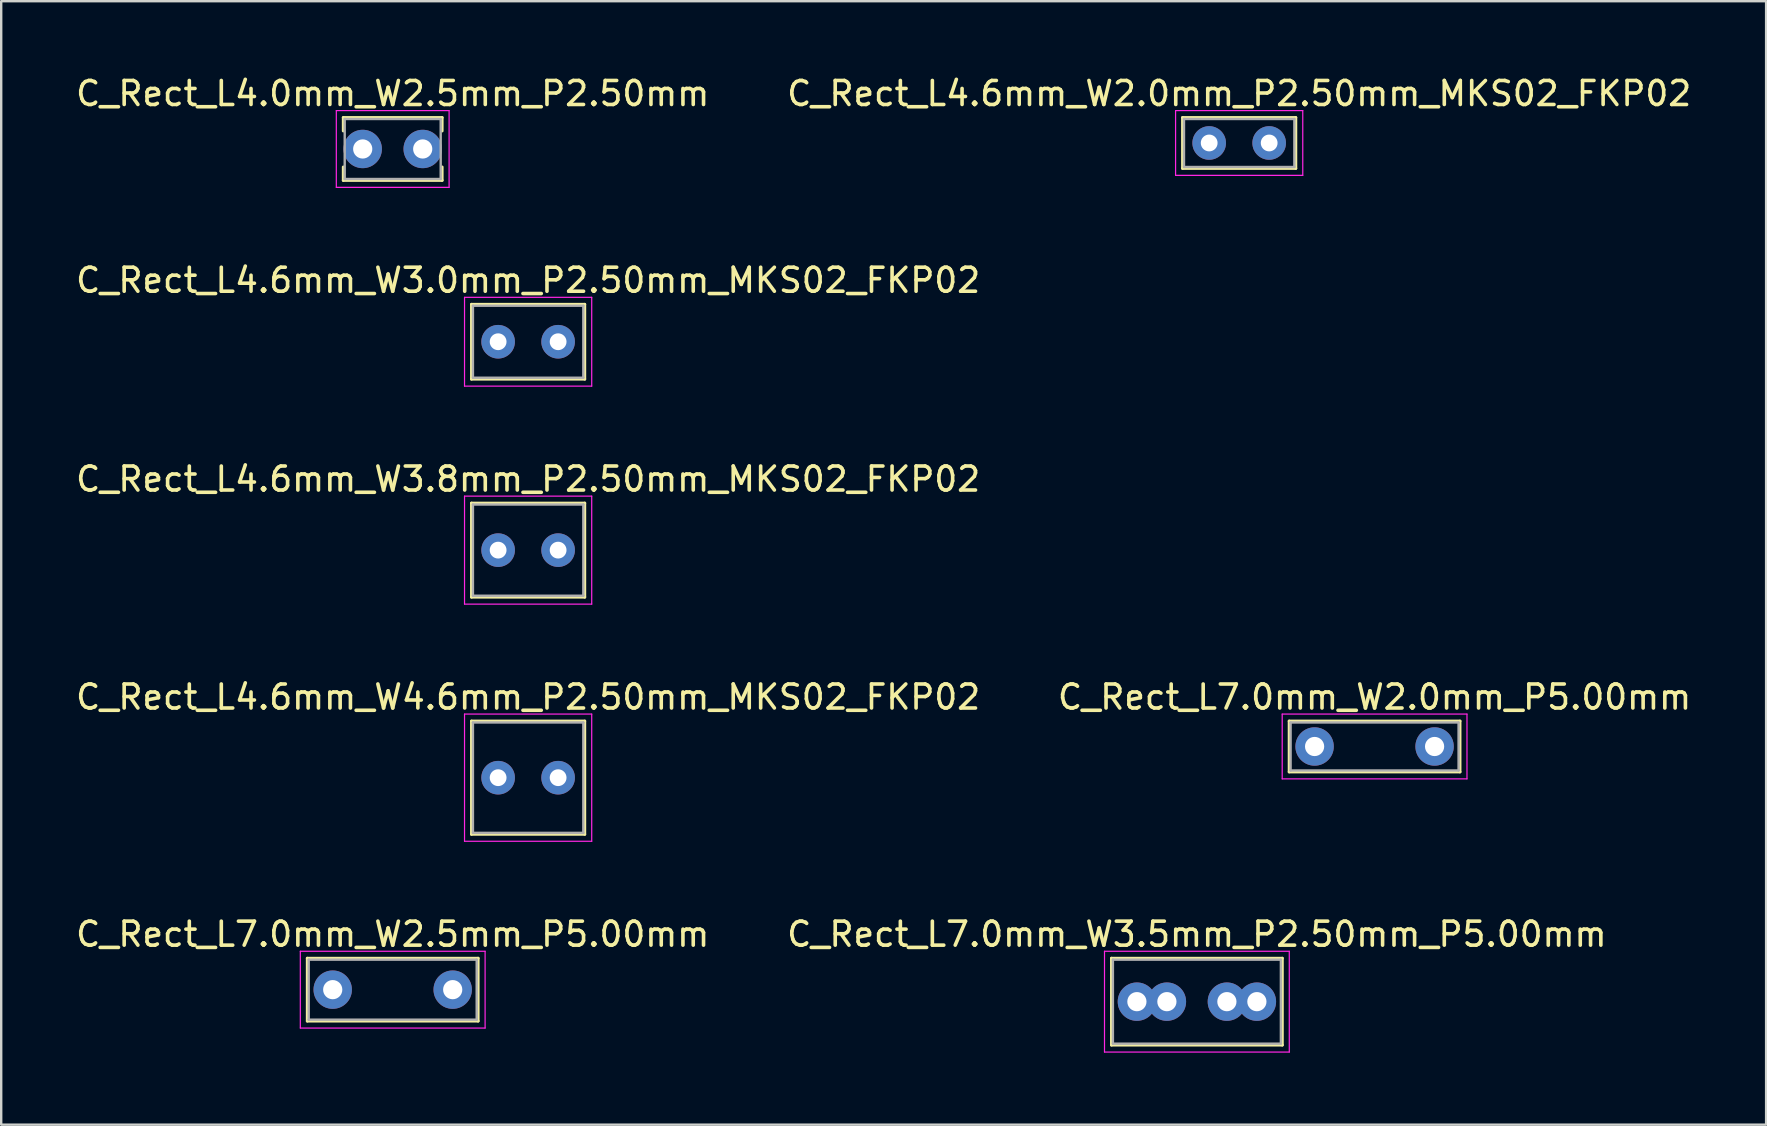
<source format=kicad_pcb>
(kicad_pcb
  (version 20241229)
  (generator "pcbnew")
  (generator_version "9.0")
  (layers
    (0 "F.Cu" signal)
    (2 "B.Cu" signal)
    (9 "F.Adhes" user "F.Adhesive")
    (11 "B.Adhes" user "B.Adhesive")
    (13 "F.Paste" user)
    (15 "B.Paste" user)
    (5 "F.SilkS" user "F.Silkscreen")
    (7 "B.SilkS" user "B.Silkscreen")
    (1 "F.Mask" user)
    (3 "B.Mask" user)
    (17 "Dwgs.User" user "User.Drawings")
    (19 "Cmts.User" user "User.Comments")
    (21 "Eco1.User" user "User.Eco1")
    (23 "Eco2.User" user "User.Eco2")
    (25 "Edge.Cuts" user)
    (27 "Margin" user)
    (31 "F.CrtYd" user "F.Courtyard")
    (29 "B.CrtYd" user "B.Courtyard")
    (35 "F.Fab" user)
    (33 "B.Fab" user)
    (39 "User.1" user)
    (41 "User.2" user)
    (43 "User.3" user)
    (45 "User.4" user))
  (footprint "C_Rect_L4.6mm_W3.0mm_P2.50mm_MKS02_FKP02"
    (layer "F.Cu")
    (at 17.708 11.191)
    (property "Reference" "C_Rect_L4.6mm_W3.0mm_P2.50mm_MKS02_FKP02" (at 1.25 -2.56 0) (layer "F.SilkS") (effects (font (size 1 1) (thickness 0.15))))
    (attr through_hole)
    (fp_line (start -1.11 -1.56) (end -1.11 1.56) (stroke (width 0.12) (type solid)) (layer "F.SilkS"))
    (fp_line (start -1.11 -1.56) (end 3.61 -1.56) (stroke (width 0.12) (type solid)) (layer "F.SilkS"))
    (fp_line (start -1.11 1.56) (end 3.61 1.56) (stroke (width 0.12) (type solid)) (layer "F.SilkS"))
    (fp_line (start 3.61 -1.56) (end 3.61 1.56) (stroke (width 0.12) (type solid)) (layer "F.SilkS"))
    (fp_line (start -1.4 -1.85) (end -1.4 1.85) (stroke (width 0.05) (type solid)) (layer "F.CrtYd"))
    (fp_line (start -1.4 1.85) (end 3.9 1.85) (stroke (width 0.05) (type solid)) (layer "F.CrtYd"))
    (fp_line (start 3.9 -1.85) (end -1.4 -1.85) (stroke (width 0.05) (type solid)) (layer "F.CrtYd"))
    (fp_line (start 3.9 1.85) (end 3.9 -1.85) (stroke (width 0.05) (type solid)) (layer "F.CrtYd"))
    (fp_line (start -1.05 -1.5) (end -1.05 1.5) (stroke (width 0.1) (type solid)) (layer "F.Fab"))
    (fp_line (start -1.05 1.5) (end 3.55 1.5) (stroke (width 0.1) (type solid)) (layer "F.Fab"))
    (fp_line (start 3.55 -1.5) (end -1.05 -1.5) (stroke (width 0.1) (type solid)) (layer "F.Fab"))
    (fp_line (start 3.55 1.5) (end 3.55 -1.5) (stroke (width 0.1) (type solid)) (layer "F.Fab"))
    (pad "1" thru_hole circle (at 0 0) (size 1.4 1.4) (drill 0.7) (layers "*.Cu" "*.Mask"))
    (pad "2" thru_hole circle (at 2.5 0) (size 1.4 1.4) (drill 0.7) (layers "*.Cu" "*.Mask")))
  (footprint "C_Rect_L7.0mm_W2.5mm_P5.00mm"
    (layer "F.Cu")
    (at 10.815 38.191)
    (property "Reference" "C_Rect_L7.0mm_W2.5mm_P5.00mm" (at 2.5 -2.31 0) (layer "F.SilkS") (effects (font (size 1 1) (thickness 0.15))))
    (attr through_hole)
    (fp_line (start -1.06 -1.31) (end -1.06 1.31) (stroke (width 0.12) (type solid)) (layer "F.SilkS"))
    (fp_line (start -1.06 -1.31) (end 6.06 -1.31) (stroke (width 0.12) (type solid)) (layer "F.SilkS"))
    (fp_line (start -1.06 1.31) (end 6.06 1.31) (stroke (width 0.12) (type solid)) (layer "F.SilkS"))
    (fp_line (start 6.06 -1.31) (end 6.06 1.31) (stroke (width 0.12) (type solid)) (layer "F.SilkS"))
    (fp_line (start -1.35 -1.6) (end -1.35 1.6) (stroke (width 0.05) (type solid)) (layer "F.CrtYd"))
    (fp_line (start -1.35 1.6) (end 6.35 1.6) (stroke (width 0.05) (type solid)) (layer "F.CrtYd"))
    (fp_line (start 6.35 -1.6) (end -1.35 -1.6) (stroke (width 0.05) (type solid)) (layer "F.CrtYd"))
    (fp_line (start 6.35 1.6) (end 6.35 -1.6) (stroke (width 0.05) (type solid)) (layer "F.CrtYd"))
    (fp_line (start -1 -1.25) (end -1 1.25) (stroke (width 0.1) (type solid)) (layer "F.Fab"))
    (fp_line (start -1 1.25) (end 6 1.25) (stroke (width 0.1) (type solid)) (layer "F.Fab"))
    (fp_line (start 6 -1.25) (end -1 -1.25) (stroke (width 0.1) (type solid)) (layer "F.Fab"))
    (fp_line (start 6 1.25) (end 6 -1.25) (stroke (width 0.1) (type solid)) (layer "F.Fab"))
    (pad "1" thru_hole circle (at 0 0) (size 1.6 1.6) (drill 0.8) (layers "*.Cu" "*.Mask"))
    (pad "2" thru_hole circle (at 5 0) (size 1.6 1.6) (drill 0.8) (layers "*.Cu" "*.Mask")))
  (footprint "C_Rect_L7.0mm_W2.0mm_P5.00mm"
    (layer "F.Cu")
    (at 51.732 28.058)
    (property "Reference" "C_Rect_L7.0mm_W2.0mm_P5.00mm" (at 2.5 -2.06 0) (layer "F.SilkS") (effects (font (size 1 1) (thickness 0.15))))
    (attr through_hole)
    (fp_line (start -1.06 -1.06) (end -1.06 1.06) (stroke (width 0.12) (type solid)) (layer "F.SilkS"))
    (fp_line (start -1.06 -1.06) (end 6.06 -1.06) (stroke (width 0.12) (type solid)) (layer "F.SilkS"))
    (fp_line (start -1.06 1.06) (end 6.06 1.06) (stroke (width 0.12) (type solid)) (layer "F.SilkS"))
    (fp_line (start 6.06 -1.06) (end 6.06 1.06) (stroke (width 0.12) (type solid)) (layer "F.SilkS"))
    (fp_line (start -1.35 -1.35) (end -1.35 1.35) (stroke (width 0.05) (type solid)) (layer "F.CrtYd"))
    (fp_line (start -1.35 1.35) (end 6.35 1.35) (stroke (width 0.05) (type solid)) (layer "F.CrtYd"))
    (fp_line (start 6.35 -1.35) (end -1.35 -1.35) (stroke (width 0.05) (type solid)) (layer "F.CrtYd"))
    (fp_line (start 6.35 1.35) (end 6.35 -1.35) (stroke (width 0.05) (type solid)) (layer "F.CrtYd"))
    (fp_line (start -1 -1) (end -1 1) (stroke (width 0.1) (type solid)) (layer "F.Fab"))
    (fp_line (start -1 1) (end 6 1) (stroke (width 0.1) (type solid)) (layer "F.Fab"))
    (fp_line (start 6 -1) (end -1 -1) (stroke (width 0.1) (type solid)) (layer "F.Fab"))
    (fp_line (start 6 1) (end 6 -1) (stroke (width 0.1) (type solid)) (layer "F.Fab"))
    (pad "1" thru_hole circle (at 0 0) (size 1.6 1.6) (drill 0.8) (layers "*.Cu" "*.Mask"))
    (pad "2" thru_hole circle (at 5 0) (size 1.6 1.6) (drill 0.8) (layers "*.Cu" "*.Mask")))
  (footprint "C_Rect_L4.6mm_W4.6mm_P2.50mm_MKS02_FKP02"
    (layer "F.Cu")
    (at 17.708 29.358)
    (property "Reference" "C_Rect_L4.6mm_W4.6mm_P2.50mm_MKS02_FKP02" (at 1.25 -3.36 0) (layer "F.SilkS") (effects (font (size 1 1) (thickness 0.15))))
    (attr through_hole)
    (fp_line (start -1.11 -2.36) (end -1.11 2.36) (stroke (width 0.12) (type solid)) (layer "F.SilkS"))
    (fp_line (start -1.11 -2.36) (end 3.61 -2.36) (stroke (width 0.12) (type solid)) (layer "F.SilkS"))
    (fp_line (start -1.11 2.36) (end 3.61 2.36) (stroke (width 0.12) (type solid)) (layer "F.SilkS"))
    (fp_line (start 3.61 -2.36) (end 3.61 2.36) (stroke (width 0.12) (type solid)) (layer "F.SilkS"))
    (fp_line (start -1.4 -2.65) (end -1.4 2.65) (stroke (width 0.05) (type solid)) (layer "F.CrtYd"))
    (fp_line (start -1.4 2.65) (end 3.9 2.65) (stroke (width 0.05) (type solid)) (layer "F.CrtYd"))
    (fp_line (start 3.9 -2.65) (end -1.4 -2.65) (stroke (width 0.05) (type solid)) (layer "F.CrtYd"))
    (fp_line (start 3.9 2.65) (end 3.9 -2.65) (stroke (width 0.05) (type solid)) (layer "F.CrtYd"))
    (fp_line (start -1.05 -2.3) (end -1.05 2.3) (stroke (width 0.1) (type solid)) (layer "F.Fab"))
    (fp_line (start -1.05 2.3) (end 3.55 2.3) (stroke (width 0.1) (type solid)) (layer "F.Fab"))
    (fp_line (start 3.55 -2.3) (end -1.05 -2.3) (stroke (width 0.1) (type solid)) (layer "F.Fab"))
    (fp_line (start 3.55 2.3) (end 3.55 -2.3) (stroke (width 0.1) (type solid)) (layer "F.Fab"))
    (pad "1" thru_hole circle (at 0 0) (size 1.4 1.4) (drill 0.7) (layers "*.Cu" "*.Mask"))
    (pad "2" thru_hole circle (at 2.5 0) (size 1.4 1.4) (drill 0.7) (layers "*.Cu" "*.Mask")))
  (footprint "C_Rect_L7.0mm_W3.5mm_P2.50mm_P5.00mm"
    (layer "F.Cu")
    (at 44.327 38.691)
    (property "Reference" "C_Rect_L7.0mm_W3.5mm_P2.50mm_P5.00mm" (at 2.5 -2.81 0) (layer "F.SilkS") (effects (font (size 1 1) (thickness 0.15))))
    (attr through_hole)
    (fp_line (start -1.06 -1.81) (end -1.06 1.81) (stroke (width 0.12) (type solid)) (layer "F.SilkS"))
    (fp_line (start -1.06 -1.81) (end 6.06 -1.81) (stroke (width 0.12) (type solid)) (layer "F.SilkS"))
    (fp_line (start -1.06 1.81) (end 6.06 1.81) (stroke (width 0.12) (type solid)) (layer "F.SilkS"))
    (fp_line (start 6.06 -1.81) (end 6.06 1.81) (stroke (width 0.12) (type solid)) (layer "F.SilkS"))
    (fp_line (start -1.35 -2.1) (end -1.35 2.1) (stroke (width 0.05) (type solid)) (layer "F.CrtYd"))
    (fp_line (start -1.35 2.1) (end 6.35 2.1) (stroke (width 0.05) (type solid)) (layer "F.CrtYd"))
    (fp_line (start 6.35 -2.1) (end -1.35 -2.1) (stroke (width 0.05) (type solid)) (layer "F.CrtYd"))
    (fp_line (start 6.35 2.1) (end 6.35 -2.1) (stroke (width 0.05) (type solid)) (layer "F.CrtYd"))
    (fp_line (start -1 -1.75) (end -1 1.75) (stroke (width 0.1) (type solid)) (layer "F.Fab"))
    (fp_line (start -1 1.75) (end 6 1.75) (stroke (width 0.1) (type solid)) (layer "F.Fab"))
    (fp_line (start 6 -1.75) (end -1 -1.75) (stroke (width 0.1) (type solid)) (layer "F.Fab"))
    (fp_line (start 6 1.75) (end 6 -1.75) (stroke (width 0.1) (type solid)) (layer "F.Fab"))
    (pad "1" thru_hole circle (at 0 0) (size 1.6 1.6) (drill 0.8) (layers "*.Cu" "*.Mask"))
    (pad "1" thru_hole circle (at 1.25 0) (size 1.6 1.6) (drill 0.8) (layers "*.Cu" "*.Mask"))
    (pad "2" thru_hole circle (at 3.75 0) (size 1.6 1.6) (drill 0.8) (layers "*.Cu" "*.Mask"))
    (pad "2" thru_hole circle (at 5 0) (size 1.6 1.6) (drill 0.8) (layers "*.Cu" "*.Mask")))
  (footprint "C_Rect_L4.0mm_W2.5mm_P2.50mm"
    (layer "F.Cu")
    (at 12.065 3.158)
    (property "Reference" "C_Rect_L4.0mm_W2.5mm_P2.50mm" (at 1.25 -2.31 0) (layer "F.SilkS") (effects (font (size 1 1) (thickness 0.15))))
    (attr through_hole)
    (fp_line (start -0.81 -1.31) (end -0.81 -0.75) (stroke (width 0.12) (type solid)) (layer "F.SilkS"))
    (fp_line (start -0.81 -1.31) (end 3.31 -1.31) (stroke (width 0.12) (type solid)) (layer "F.SilkS"))
    (fp_line (start -0.81 0.75) (end -0.81 1.31) (stroke (width 0.12) (type solid)) (layer "F.SilkS"))
    (fp_line (start -0.81 1.31) (end 3.31 1.31) (stroke (width 0.12) (type solid)) (layer "F.SilkS"))
    (fp_line (start 3.31 -1.31) (end 3.31 -0.75) (stroke (width 0.12) (type solid)) (layer "F.SilkS"))
    (fp_line (start 3.31 0.75) (end 3.31 1.31) (stroke (width 0.12) (type solid)) (layer "F.SilkS"))
    (fp_line (start -1.1 -1.6) (end -1.1 1.6) (stroke (width 0.05) (type solid)) (layer "F.CrtYd"))
    (fp_line (start -1.1 1.6) (end 3.6 1.6) (stroke (width 0.05) (type solid)) (layer "F.CrtYd"))
    (fp_line (start 3.6 -1.6) (end -1.1 -1.6) (stroke (width 0.05) (type solid)) (layer "F.CrtYd"))
    (fp_line (start 3.6 1.6) (end 3.6 -1.6) (stroke (width 0.05) (type solid)) (layer "F.CrtYd"))
    (fp_line (start -0.75 -1.25) (end -0.75 1.25) (stroke (width 0.1) (type solid)) (layer "F.Fab"))
    (fp_line (start -0.75 1.25) (end 3.25 1.25) (stroke (width 0.1) (type solid)) (layer "F.Fab"))
    (fp_line (start 3.25 -1.25) (end -0.75 -1.25) (stroke (width 0.1) (type solid)) (layer "F.Fab"))
    (fp_line (start 3.25 1.25) (end 3.25 -1.25) (stroke (width 0.1) (type solid)) (layer "F.Fab"))
    (pad "1" thru_hole circle (at 0 0) (size 1.6 1.6) (drill 0.8) (layers "*.Cu" "*.Mask"))
    (pad "2" thru_hole circle (at 2.5 0) (size 1.6 1.6) (drill 0.8) (layers "*.Cu" "*.Mask")))
  (footprint "C_Rect_L4.6mm_W2.0mm_P2.50mm_MKS02_FKP02"
    (layer "F.Cu")
    (at 47.339 2.908)
    (property "Reference" "C_Rect_L4.6mm_W2.0mm_P2.50mm_MKS02_FKP02" (at 1.25 -2.06 0) (layer "F.SilkS") (effects (font (size 1 1) (thickness 0.15))))
    (attr through_hole)
    (fp_line (start -1.11 -1.06) (end -1.11 1.06) (stroke (width 0.12) (type solid)) (layer "F.SilkS"))
    (fp_line (start -1.11 -1.06) (end 3.61 -1.06) (stroke (width 0.12) (type solid)) (layer "F.SilkS"))
    (fp_line (start -1.11 1.06) (end 3.61 1.06) (stroke (width 0.12) (type solid)) (layer "F.SilkS"))
    (fp_line (start 3.61 -1.06) (end 3.61 1.06) (stroke (width 0.12) (type solid)) (layer "F.SilkS"))
    (fp_line (start -1.4 -1.35) (end -1.4 1.35) (stroke (width 0.05) (type solid)) (layer "F.CrtYd"))
    (fp_line (start -1.4 1.35) (end 3.9 1.35) (stroke (width 0.05) (type solid)) (layer "F.CrtYd"))
    (fp_line (start 3.9 -1.35) (end -1.4 -1.35) (stroke (width 0.05) (type solid)) (layer "F.CrtYd"))
    (fp_line (start 3.9 1.35) (end 3.9 -1.35) (stroke (width 0.05) (type solid)) (layer "F.CrtYd"))
    (fp_line (start -1.05 -1) (end -1.05 1) (stroke (width 0.1) (type solid)) (layer "F.Fab"))
    (fp_line (start -1.05 1) (end 3.55 1) (stroke (width 0.1) (type solid)) (layer "F.Fab"))
    (fp_line (start 3.55 -1) (end -1.05 -1) (stroke (width 0.1) (type solid)) (layer "F.Fab"))
    (fp_line (start 3.55 1) (end 3.55 -1) (stroke (width 0.1) (type solid)) (layer "F.Fab"))
    (pad "1" thru_hole circle (at 0 0) (size 1.4 1.4) (drill 0.7) (layers "*.Cu" "*.Mask"))
    (pad "2" thru_hole circle (at 2.5 0) (size 1.4 1.4) (drill 0.7) (layers "*.Cu" "*.Mask")))
  (footprint "C_Rect_L4.6mm_W3.8mm_P2.50mm_MKS02_FKP02"
    (layer "F.Cu")
    (at 17.708 19.875)
    (property "Reference" "C_Rect_L4.6mm_W3.8mm_P2.50mm_MKS02_FKP02" (at 1.25 -2.96 0) (layer "F.SilkS") (effects (font (size 1 1) (thickness 0.15))))
    (attr through_hole)
    (fp_line (start -1.11 -1.96) (end -1.11 1.96) (stroke (width 0.12) (type solid)) (layer "F.SilkS"))
    (fp_line (start -1.11 -1.96) (end 3.61 -1.96) (stroke (width 0.12) (type solid)) (layer "F.SilkS"))
    (fp_line (start -1.11 1.96) (end 3.61 1.96) (stroke (width 0.12) (type solid)) (layer "F.SilkS"))
    (fp_line (start 3.61 -1.96) (end 3.61 1.96) (stroke (width 0.12) (type solid)) (layer "F.SilkS"))
    (fp_line (start -1.4 -2.25) (end -1.4 2.25) (stroke (width 0.05) (type solid)) (layer "F.CrtYd"))
    (fp_line (start -1.4 2.25) (end 3.9 2.25) (stroke (width 0.05) (type solid)) (layer "F.CrtYd"))
    (fp_line (start 3.9 -2.25) (end -1.4 -2.25) (stroke (width 0.05) (type solid)) (layer "F.CrtYd"))
    (fp_line (start 3.9 2.25) (end 3.9 -2.25) (stroke (width 0.05) (type solid)) (layer "F.CrtYd"))
    (fp_line (start -1.05 -1.9) (end -1.05 1.9) (stroke (width 0.1) (type solid)) (layer "F.Fab"))
    (fp_line (start -1.05 1.9) (end 3.55 1.9) (stroke (width 0.1) (type solid)) (layer "F.Fab"))
    (fp_line (start 3.55 -1.9) (end -1.05 -1.9) (stroke (width 0.1) (type solid)) (layer "F.Fab"))
    (fp_line (start 3.55 1.9) (end 3.55 -1.9) (stroke (width 0.1) (type solid)) (layer "F.Fab"))
    (pad "1" thru_hole circle (at 0 0) (size 1.4 1.4) (drill 0.7) (layers "*.Cu" "*.Mask"))
    (pad "2" thru_hole circle (at 2.5 0) (size 1.4 1.4) (drill 0.7) (layers "*.Cu" "*.Mask")))
  (gr_rect
    (start -3 -3)
    (end 70.548 43.816)
    (stroke (width 0.1) (type default))
    (fill no)
    (layer "Edge.Cuts")))
</source>
